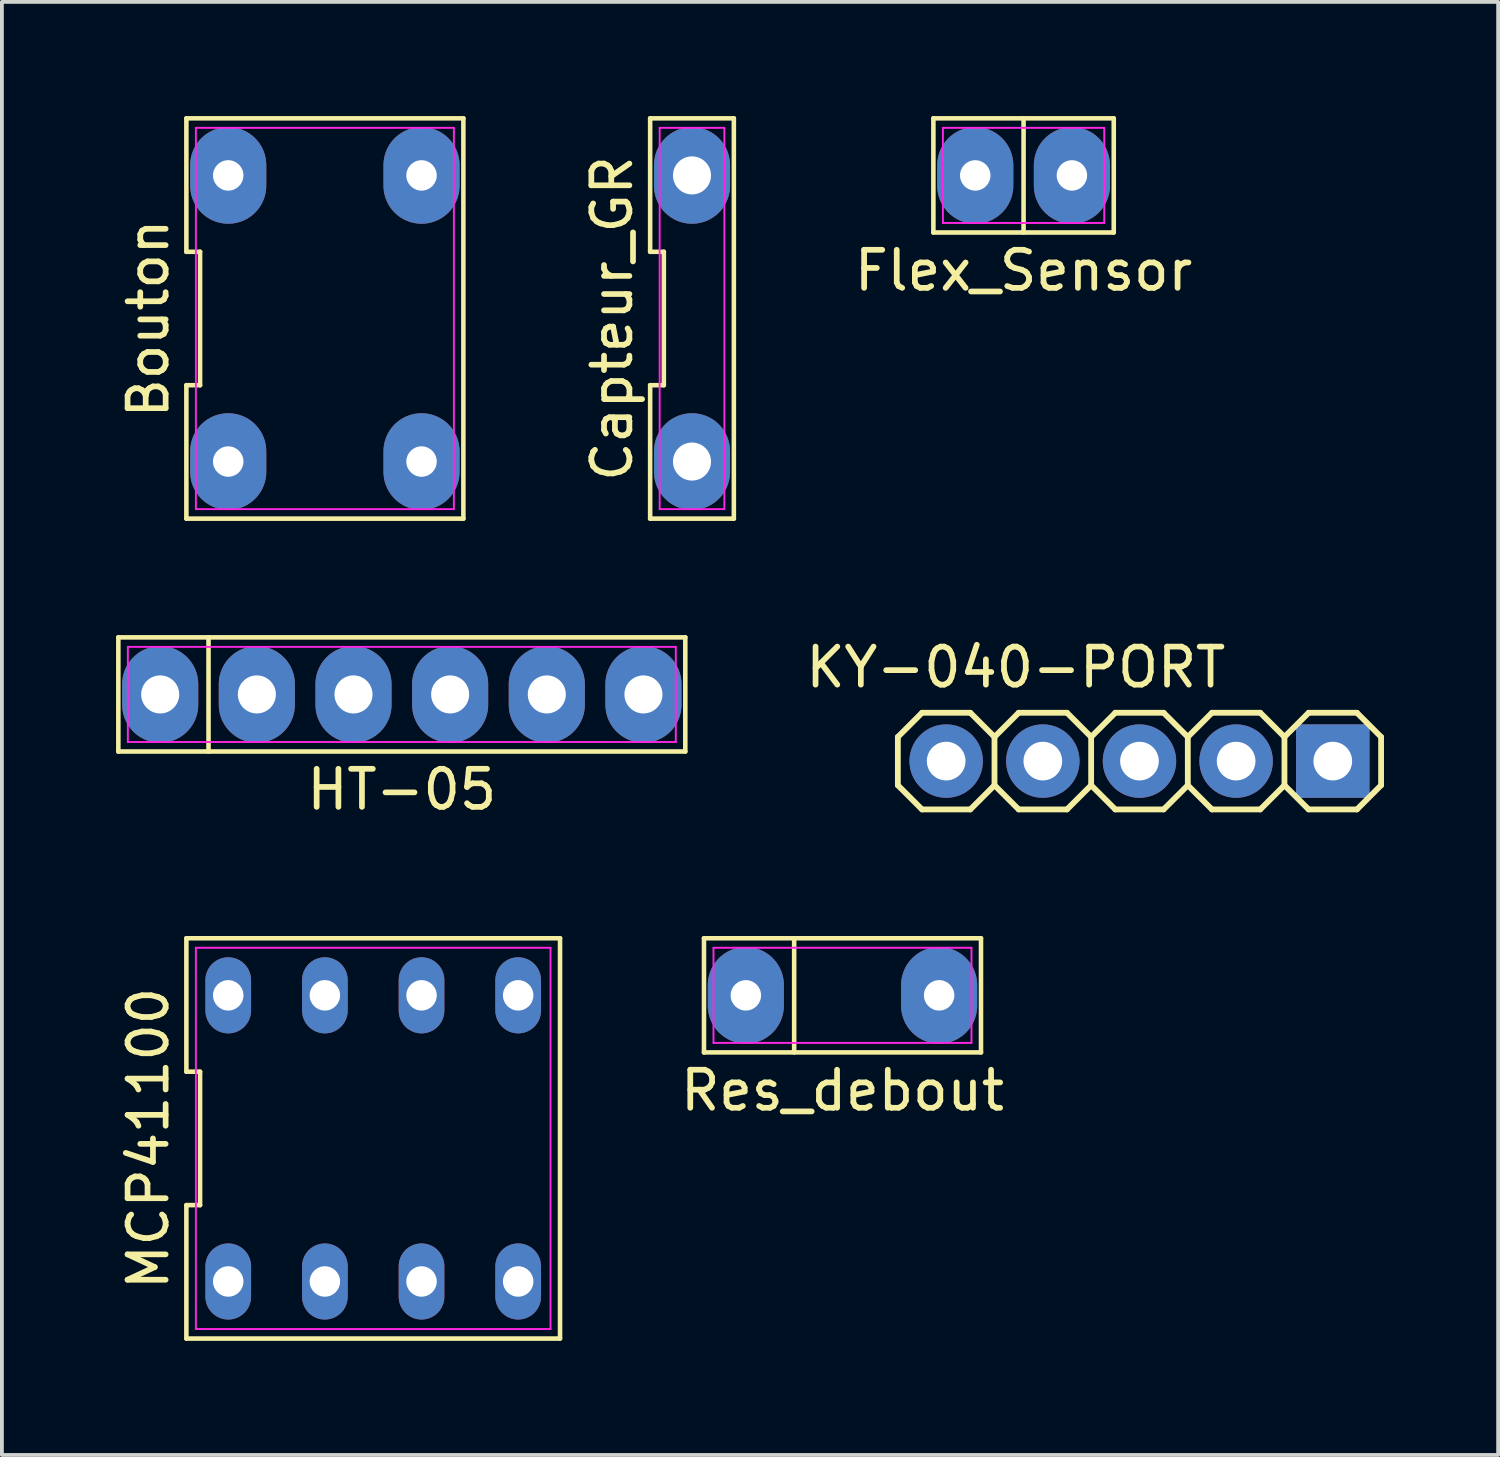
<source format=kicad_pcb>
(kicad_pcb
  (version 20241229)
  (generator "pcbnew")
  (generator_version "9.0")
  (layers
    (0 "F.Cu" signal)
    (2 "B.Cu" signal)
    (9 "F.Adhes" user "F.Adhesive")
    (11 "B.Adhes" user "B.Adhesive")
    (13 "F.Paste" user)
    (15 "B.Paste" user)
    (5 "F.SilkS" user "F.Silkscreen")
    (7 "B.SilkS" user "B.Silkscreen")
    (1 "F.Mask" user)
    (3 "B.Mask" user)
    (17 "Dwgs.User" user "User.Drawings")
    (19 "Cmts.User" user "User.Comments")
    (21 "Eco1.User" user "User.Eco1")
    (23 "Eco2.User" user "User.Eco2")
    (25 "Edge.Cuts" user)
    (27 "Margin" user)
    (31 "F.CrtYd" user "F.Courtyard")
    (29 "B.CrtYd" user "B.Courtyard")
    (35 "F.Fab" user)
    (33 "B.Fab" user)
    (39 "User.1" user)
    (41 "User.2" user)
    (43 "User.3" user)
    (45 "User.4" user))
  (footprint "Res_debout"
    (layer "F.Cu")
    (at 19.091 23.108)
    (property "Reference" "Res_debout" (at 0 2.5 0) (unlocked yes) (layer "F.SilkS") (effects (font (size 1 1) (thickness 0.15))))
    (attr through_hole)
    (fp_line (start -3.64 -1.5) (end 3.64 -1.5) (stroke (width 0.12) (type default)) (layer "F.SilkS"))
    (fp_line (start -3.64 1.5) (end -3.64 -1.5) (stroke (width 0.12) (type default)) (layer "F.SilkS"))
    (fp_line (start -1.27 -1.5) (end -1.27 1.5) (stroke (width 0.12) (type default)) (layer "F.SilkS"))
    (fp_line (start 3.64 -1.5) (end 3.64 1.5) (stroke (width 0.12) (type default)) (layer "F.SilkS"))
    (fp_line (start 3.64 1.5) (end -3.64 1.5) (stroke (width 0.12) (type default)) (layer "F.SilkS"))
    (fp_line (start -3.39 -1.25) (end 3.39 -1.25) (stroke (width 0.05) (type default)) (layer "F.CrtYd"))
    (fp_line (start -3.39 1.25) (end -3.39 -1.25) (stroke (width 0.05) (type default)) (layer "F.CrtYd"))
    (fp_line (start 3.39 -1.25) (end 3.39 1.25) (stroke (width 0.05) (type default)) (layer "F.CrtYd"))
    (fp_line (start 3.39 1.25) (end -3.39 1.25) (stroke (width 0.05) (type default)) (layer "F.CrtYd"))
    (pad "1" thru_hole oval (at -2.54 0) (size 2 2.54) (drill 0.8) (layers "*.Cu" "*.Mask"))
    (pad "2" thru_hole oval (at 2.54 0) (size 2 2.54) (drill 0.8) (layers "*.Cu" "*.Mask")))
  (footprint "Capteur_GR"
    (layer "F.Cu")
    (at 15.136 5.32)
    (property "Reference" "Capteur_GR" (at -2.1 0 90) (unlocked yes) (layer "F.SilkS") (effects (font (size 1 1) (thickness 0.15))))
    (attr through_hole)
    (fp_line (start -1.1 -1.753) (end -0.74 -1.753) (stroke (width 0.12) (type default)) (layer "F.SilkS"))
    (fp_line (start -1.1 1.753) (end -1.1 5.26) (stroke (width 0.12) (type default)) (layer "F.SilkS"))
    (fp_line (start -1.1 5.26) (end 1.1 5.26) (stroke (width 0.12) (type default)) (layer "F.SilkS"))
    (fp_line (start -1.1 -5.26) (end -1.1 -1.753) (stroke (width 0.12) (type default)) (layer "F.SilkS"))
    (fp_line (start -0.74 1.753) (end -1.1 1.753) (stroke (width 0.12) (type default)) (layer "F.SilkS"))
    (fp_line (start -0.74 -1.753) (end -0.74 1.753) (stroke (width 0.12) (type default)) (layer "F.SilkS"))
    (fp_line (start 1.1 5.26) (end 1.1 -5.26) (stroke (width 0.12) (type default)) (layer "F.SilkS"))
    (fp_line (start 1.1 -5.26) (end -1.1 -5.26) (stroke (width 0.12) (type default)) (layer "F.SilkS"))
    (fp_line (start -0.85 -5.01) (end 0.85 -5.01) (stroke (width 0.05) (type default)) (layer "F.CrtYd"))
    (fp_line (start -0.85 5.01) (end -0.85 -5.01) (stroke (width 0.05) (type default)) (layer "F.CrtYd"))
    (fp_line (start 0.85 -5.01) (end 0.85 5.01) (stroke (width 0.05) (type default)) (layer "F.CrtYd"))
    (fp_line (start 0.85 5.01) (end -0.85 5.01) (stroke (width 0.05) (type default)) (layer "F.CrtYd"))
    (pad "1" thru_hole oval (at 0 3.76) (size 2 2.54) (drill 1) (layers "*.Cu" "*.Mask"))
    (pad "2" thru_hole oval (at 0 -3.76) (size 2 2.54) (drill 1) (layers "*.Cu" "*.Mask")))
  (footprint "Flex_Sensor"
    (layer "F.Cu")
    (at 23.85 1.56)
    (property "Reference" "Flex_Sensor" (at 0 2.5 0) (unlocked yes) (layer "F.SilkS") (effects (font (size 1 1) (thickness 0.15))))
    (attr through_hole)
    (fp_line (start -2.37 -1.5) (end 2.37 -1.5) (stroke (width 0.12) (type default)) (layer "F.SilkS"))
    (fp_line (start -2.37 1.5) (end -2.37 -1.5) (stroke (width 0.12) (type default)) (layer "F.SilkS"))
    (fp_line (start 0 -1.5) (end 0 1.5) (stroke (width 0.12) (type default)) (layer "F.SilkS"))
    (fp_line (start 2.37 -1.5) (end 2.37 1.5) (stroke (width 0.12) (type default)) (layer "F.SilkS"))
    (fp_line (start 2.37 1.5) (end -2.37 1.5) (stroke (width 0.12) (type default)) (layer "F.SilkS"))
    (fp_line (start -2.12 -1.25) (end 2.12 -1.25) (stroke (width 0.05) (type default)) (layer "F.CrtYd"))
    (fp_line (start -2.12 1.25) (end -2.12 -1.25) (stroke (width 0.05) (type default)) (layer "F.CrtYd"))
    (fp_line (start 2.12 -1.25) (end 2.12 1.25) (stroke (width 0.05) (type default)) (layer "F.CrtYd"))
    (fp_line (start 2.12 1.25) (end -2.12 1.25) (stroke (width 0.05) (type default)) (layer "F.CrtYd"))
    (pad "1" thru_hole oval (at -1.27 0) (size 2 2.54) (drill 0.8) (layers "*.Cu" "*.Mask"))
    (pad "2" thru_hole oval (at 1.27 0) (size 2 2.54) (drill 0.8) (layers "*.Cu" "*.Mask")))
  (footprint "MCP41100"
    (layer "F.Cu")
    (at 6.758 26.868)
    (property "Reference" "MCP41100" (at -5.91 0 90) (unlocked yes) (layer "F.SilkS") (effects (font (size 1 1) (thickness 0.15))))
    (attr through_hole)
    (fp_line (start -4.91 -5.26) (end -4.91 -1.753) (stroke (width 0.12) (type default)) (layer "F.SilkS"))
    (fp_line (start -4.91 -1.753) (end -4.55 -1.753) (stroke (width 0.12) (type default)) (layer "F.SilkS"))
    (fp_line (start -4.91 1.753) (end -4.91 5.26) (stroke (width 0.12) (type default)) (layer "F.SilkS"))
    (fp_line (start -4.91 5.26) (end 4.91 5.26) (stroke (width 0.12) (type default)) (layer "F.SilkS"))
    (fp_line (start -4.55 -1.753) (end -4.55 1.753) (stroke (width 0.12) (type default)) (layer "F.SilkS"))
    (fp_line (start -4.55 1.753) (end -4.91 1.753) (stroke (width 0.12) (type default)) (layer "F.SilkS"))
    (fp_line (start 4.91 -5.26) (end -4.91 -5.26) (stroke (width 0.12) (type default)) (layer "F.SilkS"))
    (fp_line (start 4.91 5.26) (end 4.91 -5.26) (stroke (width 0.12) (type default)) (layer "F.SilkS"))
    (fp_line (start -4.66 -5.01) (end 4.66 -5.01) (stroke (width 0.05) (type default)) (layer "F.CrtYd"))
    (fp_line (start -4.66 5.01) (end -4.66 -5.01) (stroke (width 0.05) (type default)) (layer "F.CrtYd"))
    (fp_line (start 4.66 -5.01) (end 4.66 5.01) (stroke (width 0.05) (type default)) (layer "F.CrtYd"))
    (fp_line (start 4.66 5.01) (end -4.66 5.01) (stroke (width 0.05) (type default)) (layer "F.CrtYd"))
    (pad "1" thru_hole oval (at -3.81 3.76) (size 1.2 2) (drill 0.8) (layers "*.Cu" "*.Mask"))
    (pad "2" thru_hole oval (at -1.27 3.76) (size 1.2 2) (drill 0.8) (layers "*.Cu" "*.Mask"))
    (pad "3" thru_hole oval (at 1.27 3.76) (size 1.2 2) (drill 0.8) (layers "*.Cu" "*.Mask"))
    (pad "4" thru_hole oval (at 3.81 3.76) (size 1.2 2) (drill 0.8) (layers "*.Cu" "*.Mask"))
    (pad "5" thru_hole oval (at 3.81 -3.76) (size 1.2 2) (drill 0.8) (layers "*.Cu" "*.Mask"))
    (pad "6" thru_hole oval (at 1.27 -3.76) (size 1.2 2) (drill 0.8) (layers "*.Cu" "*.Mask"))
    (pad "7" thru_hole oval (at -1.27 -3.76) (size 1.2 2) (drill 0.8) (layers "*.Cu" "*.Mask"))
    (pad "8" thru_hole oval (at -3.81 -3.76) (size 1.2 2) (drill 0.8) (layers "*.Cu" "*.Mask")))
  (footprint "KY-040-PORT"
    (layer "F.Cu")
    (at 28.166 16.952)
    (property "Reference" "KY-040-PORT" (at -4.521 -2.464 0) (layer "F.SilkS") (effects (font (size 1 1) (thickness 0.15))))
    (attr through_hole)
    (fp_line (start -7.62 -0.635) (end -7.62 0.635) (stroke (width 0.152) (type solid)) (layer "F.SilkS"))
    (fp_line (start -7.62 0.635) (end -6.985 1.27) (stroke (width 0.152) (type solid)) (layer "F.SilkS"))
    (fp_line (start -6.985 -1.27) (end -7.62 -0.635) (stroke (width 0.152) (type solid)) (layer "F.SilkS"))
    (fp_line (start -6.985 -1.27) (end -5.715 -1.27) (stroke (width 0.152) (type solid)) (layer "F.SilkS"))
    (fp_line (start -5.715 -1.27) (end -5.08 -0.635) (stroke (width 0.152) (type solid)) (layer "F.SilkS"))
    (fp_line (start -5.715 1.27) (end -6.985 1.27) (stroke (width 0.152) (type solid)) (layer "F.SilkS"))
    (fp_line (start -5.08 -0.635) (end -5.08 0.635) (stroke (width 0.152) (type solid)) (layer "F.SilkS"))
    (fp_line (start -5.08 -0.635) (end -4.445 -1.27) (stroke (width 0.152) (type solid)) (layer "F.SilkS"))
    (fp_line (start -5.08 0.635) (end -5.715 1.27) (stroke (width 0.152) (type solid)) (layer "F.SilkS"))
    (fp_line (start -4.445 -1.27) (end -3.175 -1.27) (stroke (width 0.152) (type solid)) (layer "F.SilkS"))
    (fp_line (start -4.445 1.27) (end -5.08 0.635) (stroke (width 0.152) (type solid)) (layer "F.SilkS"))
    (fp_line (start -3.175 -1.27) (end -2.54 -0.635) (stroke (width 0.152) (type solid)) (layer "F.SilkS"))
    (fp_line (start -3.175 1.27) (end -4.445 1.27) (stroke (width 0.152) (type solid)) (layer "F.SilkS"))
    (fp_line (start -2.54 -0.635) (end -2.54 0.635) (stroke (width 0.152) (type solid)) (layer "F.SilkS"))
    (fp_line (start -2.54 -0.635) (end -1.905 -1.27) (stroke (width 0.152) (type solid)) (layer "F.SilkS"))
    (fp_line (start -2.54 0.635) (end -3.175 1.27) (stroke (width 0.152) (type solid)) (layer "F.SilkS"))
    (fp_line (start -1.905 -1.27) (end -0.635 -1.27) (stroke (width 0.152) (type solid)) (layer "F.SilkS"))
    (fp_line (start -1.905 1.27) (end -2.54 0.635) (stroke (width 0.152) (type solid)) (layer "F.SilkS"))
    (fp_line (start -0.635 -1.27) (end 0 -0.635) (stroke (width 0.152) (type solid)) (layer "F.SilkS"))
    (fp_line (start -0.635 1.27) (end -1.905 1.27) (stroke (width 0.152) (type solid)) (layer "F.SilkS"))
    (fp_line (start 0 -0.635) (end 0 0.635) (stroke (width 0.152) (type solid)) (layer "F.SilkS"))
    (fp_line (start 0 0.635) (end -0.635 1.27) (stroke (width 0.152) (type solid)) (layer "F.SilkS"))
    (fp_line (start 0 0.635) (end 0.635 1.27) (stroke (width 0.152) (type solid)) (layer "F.SilkS"))
    (fp_line (start 0.635 -1.27) (end 0 -0.635) (stroke (width 0.152) (type solid)) (layer "F.SilkS"))
    (fp_line (start 0.635 -1.27) (end 1.905 -1.27) (stroke (width 0.152) (type solid)) (layer "F.SilkS"))
    (fp_line (start 1.905 -1.27) (end 2.54 -0.635) (stroke (width 0.152) (type solid)) (layer "F.SilkS"))
    (fp_line (start 1.905 1.27) (end 0.635 1.27) (stroke (width 0.152) (type solid)) (layer "F.SilkS"))
    (fp_line (start 2.54 -0.635) (end 2.54 0.635) (stroke (width 0.152) (type solid)) (layer "F.SilkS"))
    (fp_line (start 2.54 -0.635) (end 3.175 -1.27) (stroke (width 0.152) (type solid)) (layer "F.SilkS"))
    (fp_line (start 2.54 0.635) (end 1.905 1.27) (stroke (width 0.152) (type solid)) (layer "F.SilkS"))
    (fp_line (start 3.175 -1.27) (end 4.445 -1.27) (stroke (width 0.152) (type solid)) (layer "F.SilkS"))
    (fp_line (start 3.175 1.27) (end 2.54 0.635) (stroke (width 0.152) (type solid)) (layer "F.SilkS"))
    (fp_line (start 4.445 -1.27) (end 5.08 -0.635) (stroke (width 0.152) (type solid)) (layer "F.SilkS"))
    (fp_line (start 4.445 1.27) (end 3.175 1.27) (stroke (width 0.152) (type solid)) (layer "F.SilkS"))
    (fp_line (start 5.08 -0.635) (end 5.08 0.635) (stroke (width 0.152) (type solid)) (layer "F.SilkS"))
    (fp_line (start 5.08 0.635) (end 4.445 1.27) (stroke (width 0.152) (type solid)) (layer "F.SilkS"))
    (fp_poly (pts (xy -6.604 -0.254) (xy -6.096 -0.254) (xy -6.096 0.254) (xy -6.604 0.254)) (stroke (width 0.01) (type solid)) (fill no) (layer "F.Fab"))
    (fp_poly (pts (xy -4.064 -0.254) (xy -3.556 -0.254) (xy -3.556 0.254) (xy -4.064 0.254)) (stroke (width 0.01) (type solid)) (fill no) (layer "F.Fab"))
    (fp_poly (pts (xy -1.524 -0.254) (xy -1.016 -0.254) (xy -1.016 0.254) (xy -1.524 0.254)) (stroke (width 0.01) (type solid)) (fill no) (layer "F.Fab"))
    (fp_poly (pts (xy 1.016 -0.254) (xy 1.524 -0.254) (xy 1.524 0.254) (xy 1.016 0.254)) (stroke (width 0.01) (type solid)) (fill no) (layer "F.Fab"))
    (fp_poly (pts (xy 3.556 -0.254) (xy 4.064 -0.254) (xy 4.064 0.254) (xy 3.556 0.254)) (stroke (width 0.01) (type solid)) (fill no) (layer "F.Fab"))
    (pad "CLK" thru_hole circle (at -6.35 0) (size 1.93 1.93) (drill 1.016) (layers "*.Cu" "*.Mask"))
    (pad "DT" thru_hole circle (at -3.81 0) (size 1.93 1.93) (drill 1.016) (layers "*.Cu" "*.Mask"))
    (pad "GND" thru_hole rect (at 3.81 0) (size 1.93 1.93) (drill 1.016) (layers "*.Cu" "*.Mask"))
    (pad "SW" thru_hole circle (at -1.27 0) (size 1.93 1.93) (drill 1.016) (layers "*.Cu" "*.Mask"))
    (pad "VCC" thru_hole circle (at 1.27 0) (size 1.93 1.93) (drill 1.016) (layers "*.Cu" "*.Mask")))
  (footprint "HT-05"
    (layer "F.Cu")
    (at 7.51 15.2)
    (property "Reference" "HT-05" (at 0 2.5 0) (unlocked yes) (layer "F.SilkS") (effects (font (size 1 1) (thickness 0.15))))
    (attr through_hole)
    (fp_line (start -7.45 -1.5) (end 7.45 -1.5) (stroke (width 0.12) (type default)) (layer "F.SilkS"))
    (fp_line (start -7.45 1.5) (end -7.45 -1.5) (stroke (width 0.12) (type default)) (layer "F.SilkS"))
    (fp_line (start -5.08 -1.5) (end -5.08 1.5) (stroke (width 0.12) (type default)) (layer "F.SilkS"))
    (fp_line (start 7.45 -1.5) (end 7.45 1.5) (stroke (width 0.12) (type default)) (layer "F.SilkS"))
    (fp_line (start 7.45 1.5) (end -7.45 1.5) (stroke (width 0.12) (type default)) (layer "F.SilkS"))
    (fp_line (start -7.2 -1.25) (end 7.2 -1.25) (stroke (width 0.05) (type default)) (layer "F.CrtYd"))
    (fp_line (start -7.2 1.25) (end -7.2 -1.25) (stroke (width 0.05) (type default)) (layer "F.CrtYd"))
    (fp_line (start 7.2 -1.25) (end 7.2 1.25) (stroke (width 0.05) (type default)) (layer "F.CrtYd"))
    (fp_line (start 7.2 1.25) (end -7.2 1.25) (stroke (width 0.05) (type default)) (layer "F.CrtYd"))
    (pad "1" thru_hole oval (at -6.35 0) (size 2 2.54) (drill 1) (layers "*.Cu" "*.Mask"))
    (pad "2" thru_hole oval (at -3.81 0) (size 2 2.54) (drill 1) (layers "*.Cu" "*.Mask"))
    (pad "3" thru_hole oval (at -1.27 0) (size 2 2.54) (drill 1) (layers "*.Cu" "*.Mask" "Eco2.User"))
    (pad "4" thru_hole oval (at 1.27 0) (size 2 2.54) (drill 1) (layers "*.Cu" "*.Mask"))
    (pad "5" thru_hole oval (at 3.81 0) (size 2 2.54) (drill 1) (layers "*.Cu" "*.Mask"))
    (pad "6" thru_hole oval (at 6.35 0) (size 2 2.54) (drill 1) (layers "*.Cu" "*.Mask")))
  (footprint "Bouton"
    (layer "F.Cu")
    (at 5.488 5.32)
    (property "Reference" "Bouton" (at -4.64 0 90) (unlocked yes) (layer "F.SilkS") (effects (font (size 1 1) (thickness 0.15))))
    (attr through_hole)
    (fp_line (start -3.64 -1.753) (end -3.28 -1.753) (stroke (width 0.12) (type default)) (layer "F.SilkS"))
    (fp_line (start -3.64 1.753) (end -3.64 5.26) (stroke (width 0.12) (type default)) (layer "F.SilkS"))
    (fp_line (start -3.64 5.26) (end 3.64 5.26) (stroke (width 0.12) (type default)) (layer "F.SilkS"))
    (fp_line (start -3.64 -5.26) (end -3.64 -1.753) (stroke (width 0.12) (type default)) (layer "F.SilkS"))
    (fp_line (start -3.28 -1.753) (end -3.28 1.753) (stroke (width 0.12) (type default)) (layer "F.SilkS"))
    (fp_line (start -3.28 1.753) (end -3.64 1.753) (stroke (width 0.12) (type default)) (layer "F.SilkS"))
    (fp_line (start 3.64 5.26) (end 3.64 -5.26) (stroke (width 0.12) (type default)) (layer "F.SilkS"))
    (fp_line (start 3.64 -5.26) (end -3.64 -5.26) (stroke (width 0.12) (type default)) (layer "F.SilkS"))
    (fp_line (start -3.39 -5.01) (end 3.39 -5.01) (stroke (width 0.05) (type default)) (layer "F.CrtYd"))
    (fp_line (start -3.39 5.01) (end -3.39 -5.01) (stroke (width 0.05) (type default)) (layer "F.CrtYd"))
    (fp_line (start 3.39 -5.01) (end 3.39 5.01) (stroke (width 0.05) (type default)) (layer "F.CrtYd"))
    (fp_line (start 3.39 5.01) (end -3.39 5.01) (stroke (width 0.05) (type default)) (layer "F.CrtYd"))
    (pad "1" thru_hole oval (at -2.54 3.76) (size 2 2.54) (drill 0.8) (layers "*.Cu" "*.Mask"))
    (pad "2" thru_hole oval (at 2.54 3.76) (size 2 2.54) (drill 0.8) (layers "*.Cu" "*.Mask"))
    (pad "3" thru_hole oval (at -2.54 -3.76) (size 2 2.54) (drill 0.8) (layers "*.Cu" "*.Mask"))
    (pad "4" thru_hole oval (at 2.54 -3.76) (size 2 2.54) (drill 0.8) (layers "*.Cu" "*.Mask")))
  (gr_rect
    (start -3 -3)
    (end 36.322 35.188)
    (stroke (width 0.1) (type default))
    (fill no)
    (layer "Edge.Cuts")))
</source>
